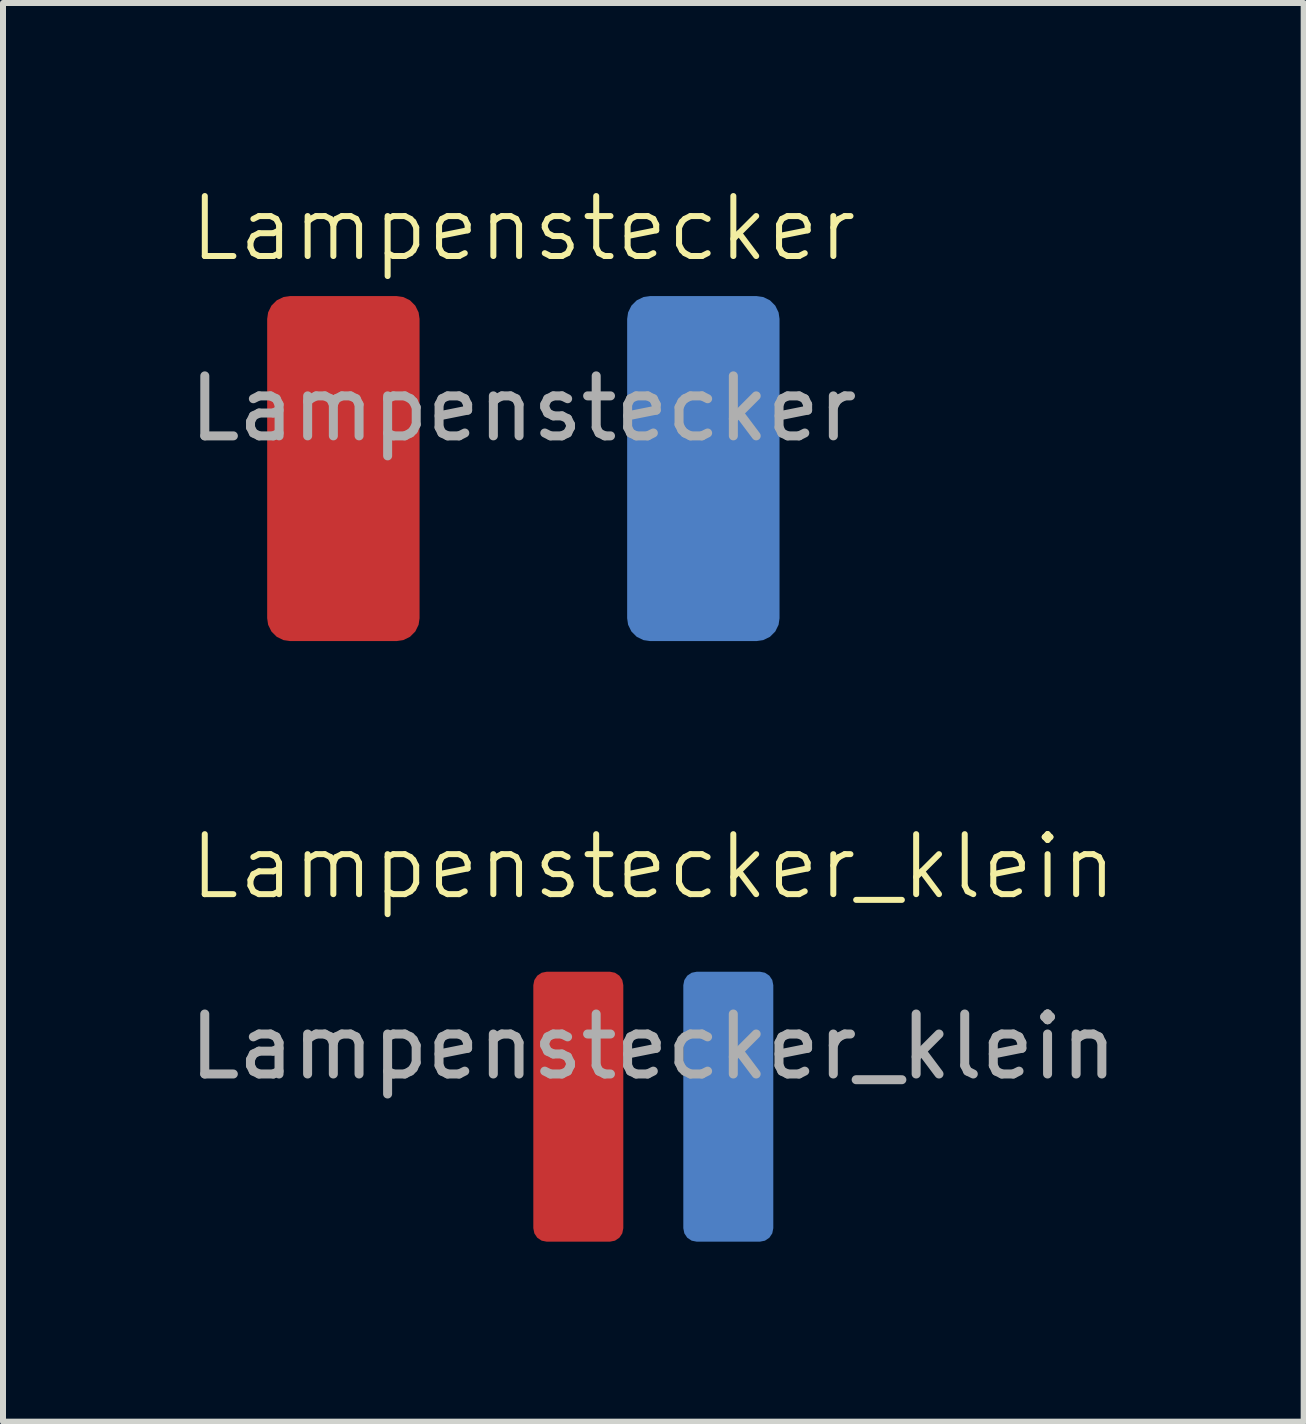
<source format=kicad_pcb>
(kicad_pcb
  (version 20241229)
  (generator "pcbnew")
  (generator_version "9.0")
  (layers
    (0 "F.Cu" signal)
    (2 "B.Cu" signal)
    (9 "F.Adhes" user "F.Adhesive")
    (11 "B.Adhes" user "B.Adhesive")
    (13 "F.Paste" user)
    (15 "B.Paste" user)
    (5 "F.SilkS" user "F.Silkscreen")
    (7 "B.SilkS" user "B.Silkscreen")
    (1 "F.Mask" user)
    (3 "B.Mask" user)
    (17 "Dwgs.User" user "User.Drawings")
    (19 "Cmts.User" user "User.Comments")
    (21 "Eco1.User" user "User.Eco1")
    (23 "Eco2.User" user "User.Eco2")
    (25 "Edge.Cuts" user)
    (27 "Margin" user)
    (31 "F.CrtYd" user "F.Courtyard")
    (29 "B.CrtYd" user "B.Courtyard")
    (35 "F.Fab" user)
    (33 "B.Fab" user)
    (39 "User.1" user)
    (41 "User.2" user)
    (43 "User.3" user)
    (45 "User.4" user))
  (footprint "Lampenstecker_klein"
    (layer "F.Cu")
    (at 7.839 11.896)
    (property "Reference" "Lampenstecker_klein" (at 0 -0.5 0) (unlocked yes) (layer "F.SilkS") (effects (font (size 1 1) (thickness 0.1))))
    (attr smd)
    (fp_text user "${REFERENCE}" (at 0 2.5 0) (unlocked yes) (layer "F.Fab") (effects (font (size 1 1) (thickness 0.15))))
    (pad "1" smd roundrect (at -1.25 3.5) (size 1.5 4.5) (layers "F.Cu" "F.Mask") (roundrect_rratio 0.15))
    (pad "2" smd roundrect (at 1.25 3.5) (size 1.5 4.5) (layers "B.Cu" "B.Mask") (roundrect_rratio 0.15)))
  (footprint "Lampenstecker"
    (layer "F.Cu")
    (at 5.673 1.26)
    (property "Reference" "Lampenstecker" (at 0 -0.5 0) (unlocked yes) (layer "F.SilkS") (effects (font (size 1 1) (thickness 0.1))))
    (attr smd)
    (fp_text user "${REFERENCE}" (at 0 2.5 0) (unlocked yes) (layer "F.Fab") (effects (font (size 1 1) (thickness 0.15))))
    (pad "1" smd roundrect (at -3 3.5) (size 2.54 5.75) (layers "F.Cu" "F.Mask" "F.Paste") (roundrect_rratio 0.15))
    (pad "2" smd roundrect (at 3 3.5) (size 2.54 5.75) (layers "B.Cu" "B.Mask" "B.Paste") (roundrect_rratio 0.15)))
  (gr_rect
    (start -3 -3)
    (end 18.679 20.646)
    (stroke (width 0.1) (type default))
    (fill no)
    (layer "Edge.Cuts")))
</source>
